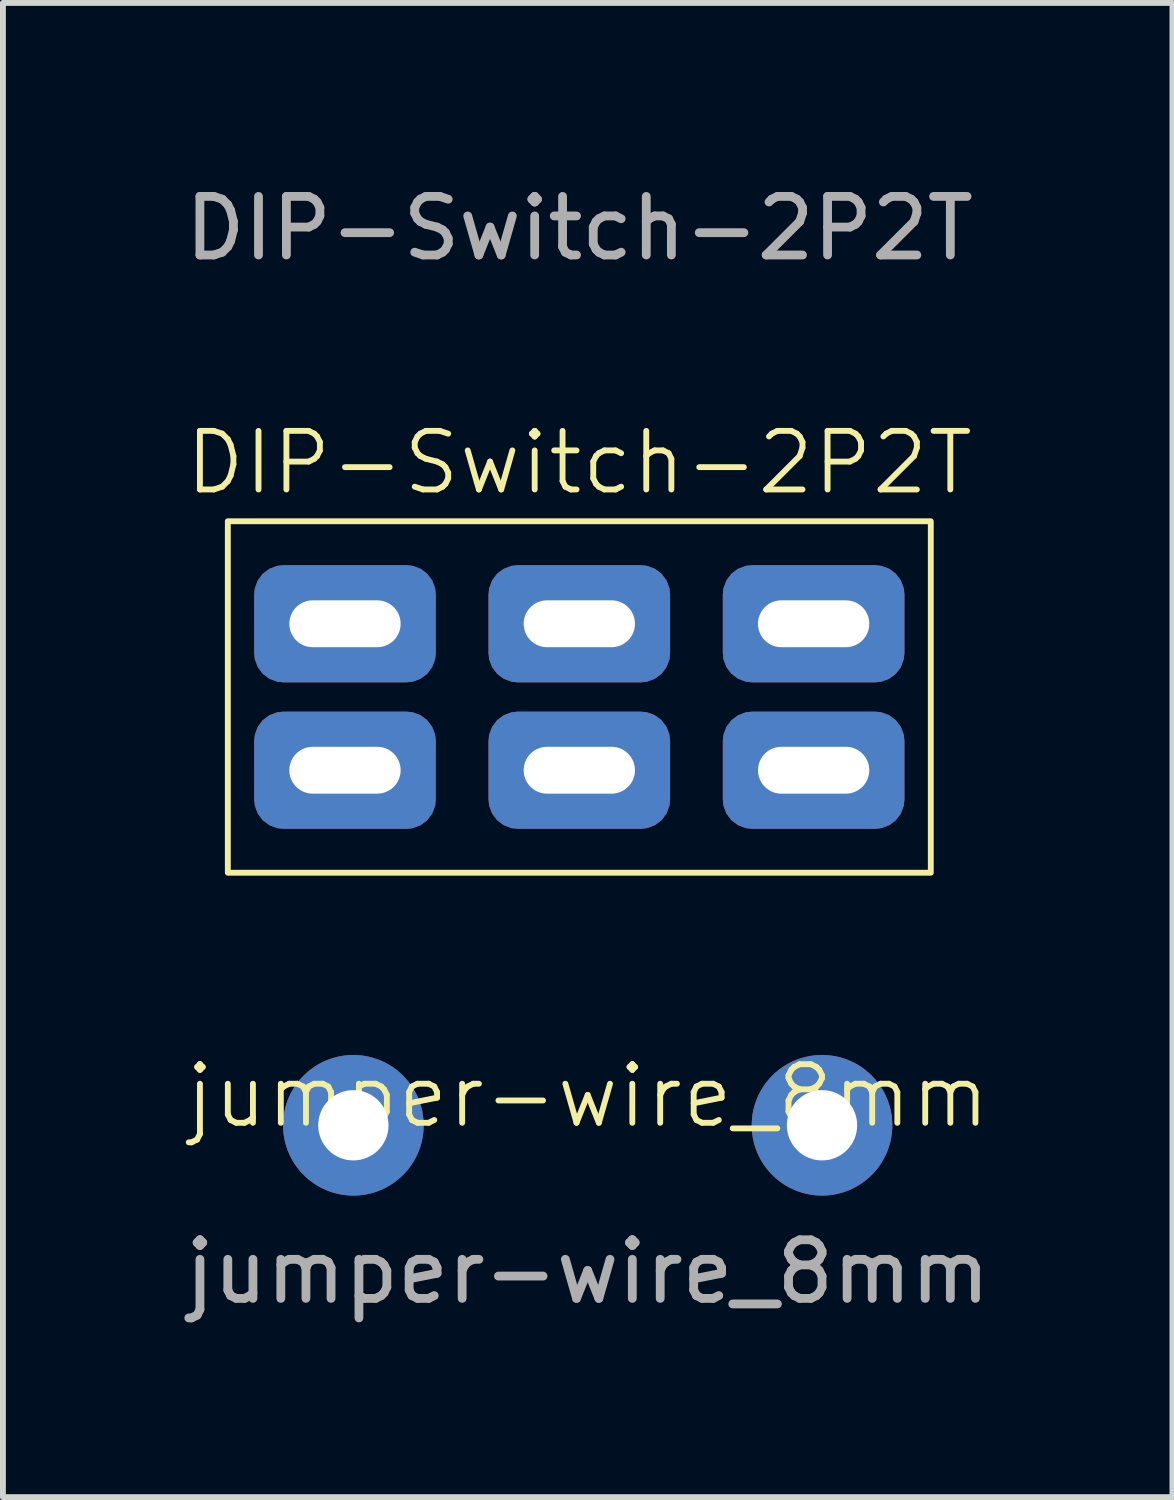
<source format=kicad_pcb>
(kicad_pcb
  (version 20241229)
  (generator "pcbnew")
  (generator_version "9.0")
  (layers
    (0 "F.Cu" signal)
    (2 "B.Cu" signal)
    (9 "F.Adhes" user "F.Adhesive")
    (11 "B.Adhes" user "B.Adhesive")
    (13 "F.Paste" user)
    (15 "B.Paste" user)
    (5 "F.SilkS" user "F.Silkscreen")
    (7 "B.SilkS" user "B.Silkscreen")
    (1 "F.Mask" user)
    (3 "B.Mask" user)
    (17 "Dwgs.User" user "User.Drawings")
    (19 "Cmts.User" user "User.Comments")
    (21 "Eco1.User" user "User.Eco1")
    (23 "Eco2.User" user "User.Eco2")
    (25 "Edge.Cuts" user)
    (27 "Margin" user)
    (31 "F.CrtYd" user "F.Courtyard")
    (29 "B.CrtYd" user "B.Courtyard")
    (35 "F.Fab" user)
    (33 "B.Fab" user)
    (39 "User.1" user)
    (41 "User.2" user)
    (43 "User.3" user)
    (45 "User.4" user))
  (footprint "DIP-Switch-2P2T"
    (layer "F.Cu")
    (at 6.839 8.848)
    (property "Reference" "DIP-Switch-2P2T" (at 0 -4 0) (unlocked yes) (layer "F.SilkS") (effects (font (size 1 1) (thickness 0.1))))
    (attr through_hole)
    (fp_rect (start -6 -3) (end 6 3) (stroke (width 0.1) (type default)) (fill no) (layer "F.SilkS"))
    (fp_text user "${REFERENCE}" (at 0 -8 0) (unlocked yes) (layer "F.Fab") (effects (font (size 1 1) (thickness 0.15))))
    (pad "1" thru_hole roundrect (at -4 -1.25) (size 3.1 2) (drill oval 1.9 0.8) (layers "*.Cu" "*.Mask") (roundrect_rratio 0.25))
    (pad "2" thru_hole roundrect (at 0 -1.25) (size 3.1 2) (drill oval 1.9 0.8) (layers "*.Cu" "*.Mask") (roundrect_rratio 0.25))
    (pad "3" thru_hole roundrect (at 4 -1.25) (size 3.1 2) (drill oval 1.9 0.8) (layers "*.Cu" "*.Mask") (roundrect_rratio 0.25))
    (pad "4" thru_hole roundrect (at -4 1.25 180) (size 3.1 2) (drill oval 1.9 0.8) (layers "*.Cu" "*.Mask") (roundrect_rratio 0.25))
    (pad "5" thru_hole roundrect (at 0 1.25) (size 3.1 2) (drill oval 1.9 0.8) (layers "*.Cu" "*.Mask") (roundrect_rratio 0.25))
    (pad "6" thru_hole roundrect (at 4 1.25) (size 3.1 2) (drill oval 1.9 0.8) (layers "*.Cu" "*.Mask") (roundrect_rratio 0.25)))
  (footprint "jumper-wire_8mm"
    (layer "F.Cu")
    (at 6.982 16.159)
    (property "Reference" "jumper-wire_8mm" (at 0 -0.5 0) (unlocked yes) (layer "F.SilkS") (effects (font (size 1 1) (thickness 0.1))))
    (attr through_hole)
    (fp_text user "${REFERENCE}" (at 0 2.5 0) (unlocked yes) (layer "F.Fab") (effects (font (size 1 1) (thickness 0.15))))
    (pad "1" thru_hole circle (at -4 0) (size 2.4 2.4) (drill 1.2) (layers "*.Cu" "*.Mask"))
    (pad "2" thru_hole circle (at 4 0) (size 2.4 2.4) (drill 1.2) (layers "*.Cu" "*.Mask")))
  (gr_rect
    (start -3 -3)
    (end 16.964 22.507)
    (stroke (width 0.1) (type default))
    (fill no)
    (layer "Edge.Cuts")))
</source>
